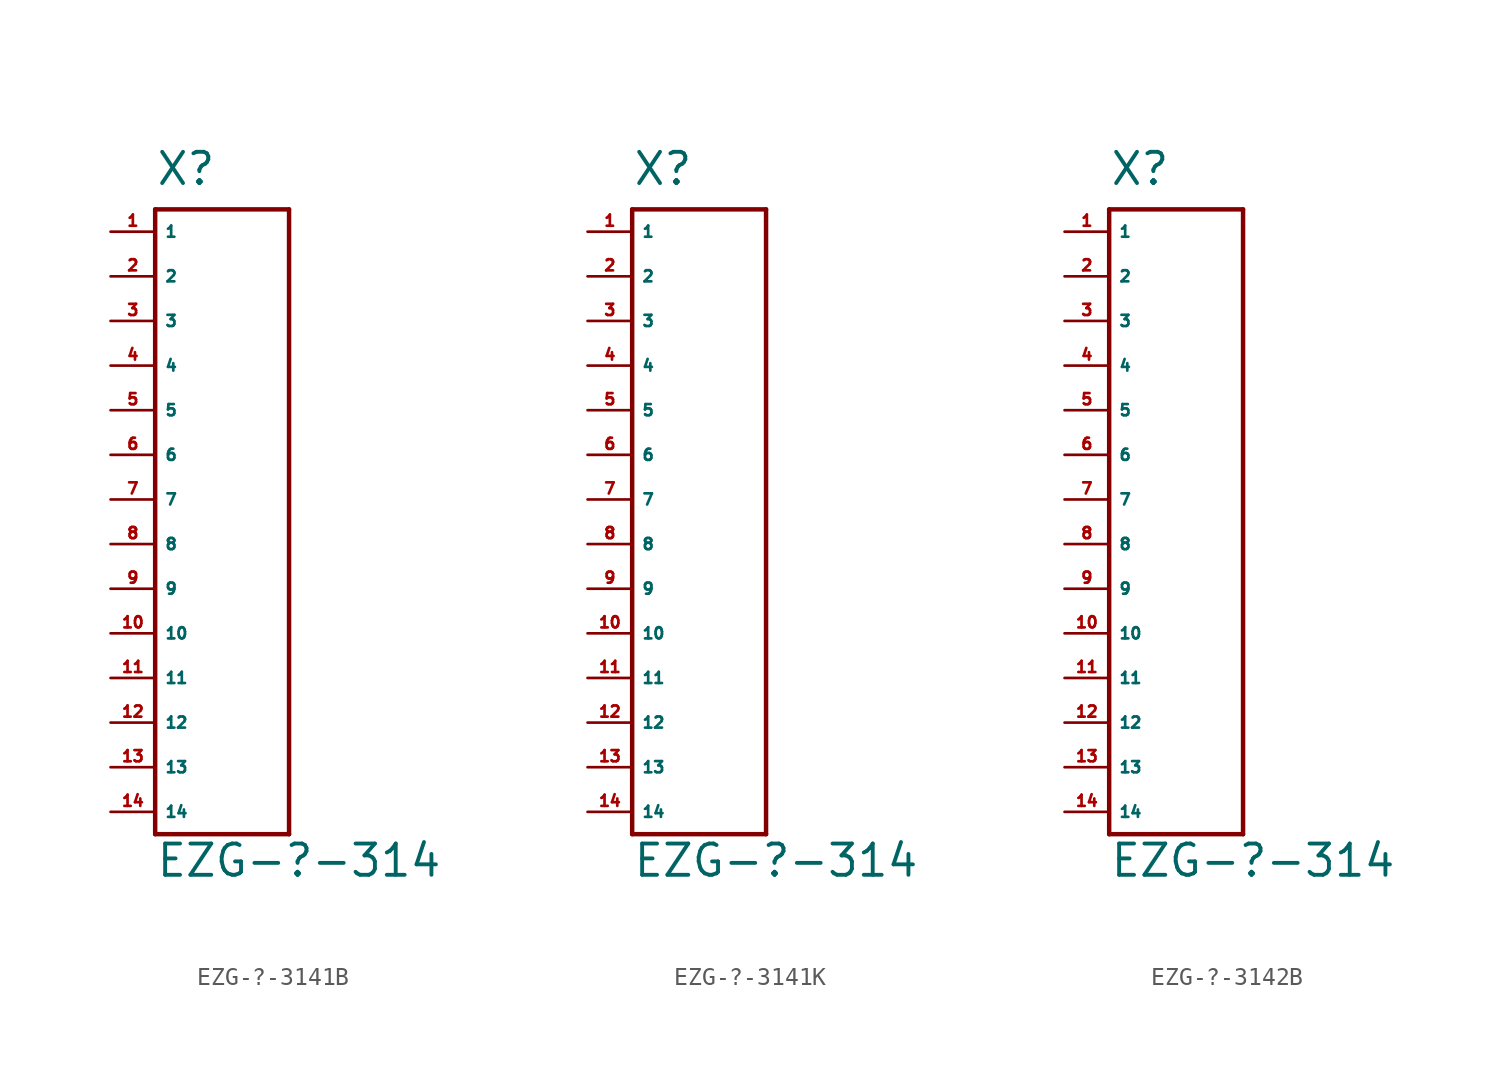
<source format=kicad_sym>
(kicad_symbol_lib
  (version 20220914)
  (generator Eagle2Kicad)
  (symbol "EZG-?-3141B"
    (property "Reference" "X"
      (at -2.54 2.54 0)
      (effects (font (size 1.778 1.778) (thickness 0.22)) (justify left bottom)))
    (property "Value" "EZG-?-314"
      (at -2.54 -36.83 0)
      (effects (font (size 1.778 1.778) (thickness 0.22)) (justify left bottom)))
    (polyline
      (pts (xy -2.54 1.27) (xy -2.54 -34.29))
      (stroke (width 0.254) (type default))
      (fill (type none)))
    (polyline
      (pts (xy -2.54 -34.29) (xy 5.08 -34.29))
      (stroke (width 0.254) (type default))
      (fill (type none)))
    (polyline
      (pts (xy 5.08 -34.29) (xy 5.08 1.27))
      (stroke (width 0.254) (type default))
      (fill (type none)))
    (polyline
      (pts (xy 5.08 1.27) (xy -2.54 1.27))
      (stroke (width 0.254) (type default))
      (fill (type none)))
    (pin passive line
      (at -5.08 0 0)
      (length 2.54)
      (name "1" (effects (font (size 0.635 0.635) (thickness 0.08)) (justify left bottom)))
      (number "1" (effects (font (size 0.635 0.635) (thickness 0.08)) (justify left bottom))))
    (pin passive line
      (at -5.08 -2.54 0)
      (length 2.54)
      (name "2" (effects (font (size 0.635 0.635) (thickness 0.08)) (justify left bottom)))
      (number "2" (effects (font (size 0.635 0.635) (thickness 0.08)) (justify left bottom))))
    (pin passive line
      (at -5.08 -5.08 0)
      (length 2.54)
      (name "3" (effects (font (size 0.635 0.635) (thickness 0.08)) (justify left bottom)))
      (number "3" (effects (font (size 0.635 0.635) (thickness 0.08)) (justify left bottom))))
    (pin passive line
      (at -5.08 -7.62 0)
      (length 2.54)
      (name "4" (effects (font (size 0.635 0.635) (thickness 0.08)) (justify left bottom)))
      (number "4" (effects (font (size 0.635 0.635) (thickness 0.08)) (justify left bottom))))
    (pin passive line
      (at -5.08 -10.16 0)
      (length 2.54)
      (name "5" (effects (font (size 0.635 0.635) (thickness 0.08)) (justify left bottom)))
      (number "5" (effects (font (size 0.635 0.635) (thickness 0.08)) (justify left bottom))))
    (pin passive line
      (at -5.08 -12.7 0)
      (length 2.54)
      (name "6" (effects (font (size 0.635 0.635) (thickness 0.08)) (justify left bottom)))
      (number "6" (effects (font (size 0.635 0.635) (thickness 0.08)) (justify left bottom))))
    (pin passive line
      (at -5.08 -15.24 0)
      (length 2.54)
      (name "7" (effects (font (size 0.635 0.635) (thickness 0.08)) (justify left bottom)))
      (number "7" (effects (font (size 0.635 0.635) (thickness 0.08)) (justify left bottom))))
    (pin passive line
      (at -5.08 -17.78 0)
      (length 2.54)
      (name "8" (effects (font (size 0.635 0.635) (thickness 0.08)) (justify left bottom)))
      (number "8" (effects (font (size 0.635 0.635) (thickness 0.08)) (justify left bottom))))
    (pin passive line
      (at -5.08 -20.32 0)
      (length 2.54)
      (name "9" (effects (font (size 0.635 0.635) (thickness 0.08)) (justify left bottom)))
      (number "9" (effects (font (size 0.635 0.635) (thickness 0.08)) (justify left bottom))))
    (pin passive line
      (at -5.08 -22.86 0)
      (length 2.54)
      (name "10" (effects (font (size 0.635 0.635) (thickness 0.08)) (justify left bottom)))
      (number "10" (effects (font (size 0.635 0.635) (thickness 0.08)) (justify left bottom))))
    (pin passive line
      (at -5.08 -25.4 0)
      (length 2.54)
      (name "11" (effects (font (size 0.635 0.635) (thickness 0.08)) (justify left bottom)))
      (number "11" (effects (font (size 0.635 0.635) (thickness 0.08)) (justify left bottom))))
    (pin passive line
      (at -5.08 -27.94 0)
      (length 2.54)
      (name "12" (effects (font (size 0.635 0.635) (thickness 0.08)) (justify left bottom)))
      (number "12" (effects (font (size 0.635 0.635) (thickness 0.08)) (justify left bottom))))
    (pin passive line
      (at -5.08 -30.48 0)
      (length 2.54)
      (name "13" (effects (font (size 0.635 0.635) (thickness 0.08)) (justify left bottom)))
      (number "13" (effects (font (size 0.635 0.635) (thickness 0.08)) (justify left bottom))))
    (pin passive line
      (at -5.08 -33.02 0)
      (length 2.54)
      (name "14" (effects (font (size 0.635 0.635) (thickness 0.08)) (justify left bottom)))
      (number "14" (effects (font (size 0.635 0.635) (thickness 0.08)) (justify left bottom)))))
  (symbol "EZG-?-3141K"
    (property "Reference" "X"
      (at -2.54 2.54 0)
      (effects (font (size 1.778 1.778) (thickness 0.22)) (justify left bottom)))
    (property "Value" "EZG-?-314"
      (at -2.54 -36.83 0)
      (effects (font (size 1.778 1.778) (thickness 0.22)) (justify left bottom)))
    (polyline
      (pts (xy -2.54 1.27) (xy -2.54 -34.29))
      (stroke (width 0.254) (type default))
      (fill (type none)))
    (polyline
      (pts (xy -2.54 -34.29) (xy 5.08 -34.29))
      (stroke (width 0.254) (type default))
      (fill (type none)))
    (polyline
      (pts (xy 5.08 -34.29) (xy 5.08 1.27))
      (stroke (width 0.254) (type default))
      (fill (type none)))
    (polyline
      (pts (xy 5.08 1.27) (xy -2.54 1.27))
      (stroke (width 0.254) (type default))
      (fill (type none)))
    (pin passive line
      (at -5.08 0 0)
      (length 2.54)
      (name "1" (effects (font (size 0.635 0.635) (thickness 0.08)) (justify left bottom)))
      (number "1" (effects (font (size 0.635 0.635) (thickness 0.08)) (justify left bottom))))
    (pin passive line
      (at -5.08 -2.54 0)
      (length 2.54)
      (name "2" (effects (font (size 0.635 0.635) (thickness 0.08)) (justify left bottom)))
      (number "2" (effects (font (size 0.635 0.635) (thickness 0.08)) (justify left bottom))))
    (pin passive line
      (at -5.08 -5.08 0)
      (length 2.54)
      (name "3" (effects (font (size 0.635 0.635) (thickness 0.08)) (justify left bottom)))
      (number "3" (effects (font (size 0.635 0.635) (thickness 0.08)) (justify left bottom))))
    (pin passive line
      (at -5.08 -7.62 0)
      (length 2.54)
      (name "4" (effects (font (size 0.635 0.635) (thickness 0.08)) (justify left bottom)))
      (number "4" (effects (font (size 0.635 0.635) (thickness 0.08)) (justify left bottom))))
    (pin passive line
      (at -5.08 -10.16 0)
      (length 2.54)
      (name "5" (effects (font (size 0.635 0.635) (thickness 0.08)) (justify left bottom)))
      (number "5" (effects (font (size 0.635 0.635) (thickness 0.08)) (justify left bottom))))
    (pin passive line
      (at -5.08 -12.7 0)
      (length 2.54)
      (name "6" (effects (font (size 0.635 0.635) (thickness 0.08)) (justify left bottom)))
      (number "6" (effects (font (size 0.635 0.635) (thickness 0.08)) (justify left bottom))))
    (pin passive line
      (at -5.08 -15.24 0)
      (length 2.54)
      (name "7" (effects (font (size 0.635 0.635) (thickness 0.08)) (justify left bottom)))
      (number "7" (effects (font (size 0.635 0.635) (thickness 0.08)) (justify left bottom))))
    (pin passive line
      (at -5.08 -17.78 0)
      (length 2.54)
      (name "8" (effects (font (size 0.635 0.635) (thickness 0.08)) (justify left bottom)))
      (number "8" (effects (font (size 0.635 0.635) (thickness 0.08)) (justify left bottom))))
    (pin passive line
      (at -5.08 -20.32 0)
      (length 2.54)
      (name "9" (effects (font (size 0.635 0.635) (thickness 0.08)) (justify left bottom)))
      (number "9" (effects (font (size 0.635 0.635) (thickness 0.08)) (justify left bottom))))
    (pin passive line
      (at -5.08 -22.86 0)
      (length 2.54)
      (name "10" (effects (font (size 0.635 0.635) (thickness 0.08)) (justify left bottom)))
      (number "10" (effects (font (size 0.635 0.635) (thickness 0.08)) (justify left bottom))))
    (pin passive line
      (at -5.08 -25.4 0)
      (length 2.54)
      (name "11" (effects (font (size 0.635 0.635) (thickness 0.08)) (justify left bottom)))
      (number "11" (effects (font (size 0.635 0.635) (thickness 0.08)) (justify left bottom))))
    (pin passive line
      (at -5.08 -27.94 0)
      (length 2.54)
      (name "12" (effects (font (size 0.635 0.635) (thickness 0.08)) (justify left bottom)))
      (number "12" (effects (font (size 0.635 0.635) (thickness 0.08)) (justify left bottom))))
    (pin passive line
      (at -5.08 -30.48 0)
      (length 2.54)
      (name "13" (effects (font (size 0.635 0.635) (thickness 0.08)) (justify left bottom)))
      (number "13" (effects (font (size 0.635 0.635) (thickness 0.08)) (justify left bottom))))
    (pin passive line
      (at -5.08 -33.02 0)
      (length 2.54)
      (name "14" (effects (font (size 0.635 0.635) (thickness 0.08)) (justify left bottom)))
      (number "14" (effects (font (size 0.635 0.635) (thickness 0.08)) (justify left bottom)))))
  (symbol "EZG-?-3142B"
    (property "Reference" "X"
      (at -2.54 2.54 0)
      (effects (font (size 1.778 1.778) (thickness 0.22)) (justify left bottom)))
    (property "Value" "EZG-?-314"
      (at -2.54 -36.83 0)
      (effects (font (size 1.778 1.778) (thickness 0.22)) (justify left bottom)))
    (polyline
      (pts (xy -2.54 1.27) (xy -2.54 -34.29))
      (stroke (width 0.254) (type default))
      (fill (type none)))
    (polyline
      (pts (xy -2.54 -34.29) (xy 5.08 -34.29))
      (stroke (width 0.254) (type default))
      (fill (type none)))
    (polyline
      (pts (xy 5.08 -34.29) (xy 5.08 1.27))
      (stroke (width 0.254) (type default))
      (fill (type none)))
    (polyline
      (pts (xy 5.08 1.27) (xy -2.54 1.27))
      (stroke (width 0.254) (type default))
      (fill (type none)))
    (pin passive line
      (at -5.08 0 0)
      (length 2.54)
      (name "1" (effects (font (size 0.635 0.635) (thickness 0.08)) (justify left bottom)))
      (number "1" (effects (font (size 0.635 0.635) (thickness 0.08)) (justify left bottom))))
    (pin passive line
      (at -5.08 -2.54 0)
      (length 2.54)
      (name "2" (effects (font (size 0.635 0.635) (thickness 0.08)) (justify left bottom)))
      (number "2" (effects (font (size 0.635 0.635) (thickness 0.08)) (justify left bottom))))
    (pin passive line
      (at -5.08 -5.08 0)
      (length 2.54)
      (name "3" (effects (font (size 0.635 0.635) (thickness 0.08)) (justify left bottom)))
      (number "3" (effects (font (size 0.635 0.635) (thickness 0.08)) (justify left bottom))))
    (pin passive line
      (at -5.08 -7.62 0)
      (length 2.54)
      (name "4" (effects (font (size 0.635 0.635) (thickness 0.08)) (justify left bottom)))
      (number "4" (effects (font (size 0.635 0.635) (thickness 0.08)) (justify left bottom))))
    (pin passive line
      (at -5.08 -10.16 0)
      (length 2.54)
      (name "5" (effects (font (size 0.635 0.635) (thickness 0.08)) (justify left bottom)))
      (number "5" (effects (font (size 0.635 0.635) (thickness 0.08)) (justify left bottom))))
    (pin passive line
      (at -5.08 -12.7 0)
      (length 2.54)
      (name "6" (effects (font (size 0.635 0.635) (thickness 0.08)) (justify left bottom)))
      (number "6" (effects (font (size 0.635 0.635) (thickness 0.08)) (justify left bottom))))
    (pin passive line
      (at -5.08 -15.24 0)
      (length 2.54)
      (name "7" (effects (font (size 0.635 0.635) (thickness 0.08)) (justify left bottom)))
      (number "7" (effects (font (size 0.635 0.635) (thickness 0.08)) (justify left bottom))))
    (pin passive line
      (at -5.08 -17.78 0)
      (length 2.54)
      (name "8" (effects (font (size 0.635 0.635) (thickness 0.08)) (justify left bottom)))
      (number "8" (effects (font (size 0.635 0.635) (thickness 0.08)) (justify left bottom))))
    (pin passive line
      (at -5.08 -20.32 0)
      (length 2.54)
      (name "9" (effects (font (size 0.635 0.635) (thickness 0.08)) (justify left bottom)))
      (number "9" (effects (font (size 0.635 0.635) (thickness 0.08)) (justify left bottom))))
    (pin passive line
      (at -5.08 -22.86 0)
      (length 2.54)
      (name "10" (effects (font (size 0.635 0.635) (thickness 0.08)) (justify left bottom)))
      (number "10" (effects (font (size 0.635 0.635) (thickness 0.08)) (justify left bottom))))
    (pin passive line
      (at -5.08 -25.4 0)
      (length 2.54)
      (name "11" (effects (font (size 0.635 0.635) (thickness 0.08)) (justify left bottom)))
      (number "11" (effects (font (size 0.635 0.635) (thickness 0.08)) (justify left bottom))))
    (pin passive line
      (at -5.08 -27.94 0)
      (length 2.54)
      (name "12" (effects (font (size 0.635 0.635) (thickness 0.08)) (justify left bottom)))
      (number "12" (effects (font (size 0.635 0.635) (thickness 0.08)) (justify left bottom))))
    (pin passive line
      (at -5.08 -30.48 0)
      (length 2.54)
      (name "13" (effects (font (size 0.635 0.635) (thickness 0.08)) (justify left bottom)))
      (number "13" (effects (font (size 0.635 0.635) (thickness 0.08)) (justify left bottom))))
    (pin passive line
      (at -5.08 -33.02 0)
      (length 2.54)
      (name "14" (effects (font (size 0.635 0.635) (thickness 0.08)) (justify left bottom)))
      (number "14" (effects (font (size 0.635 0.635) (thickness 0.08)) (justify left bottom))))))
</source>
